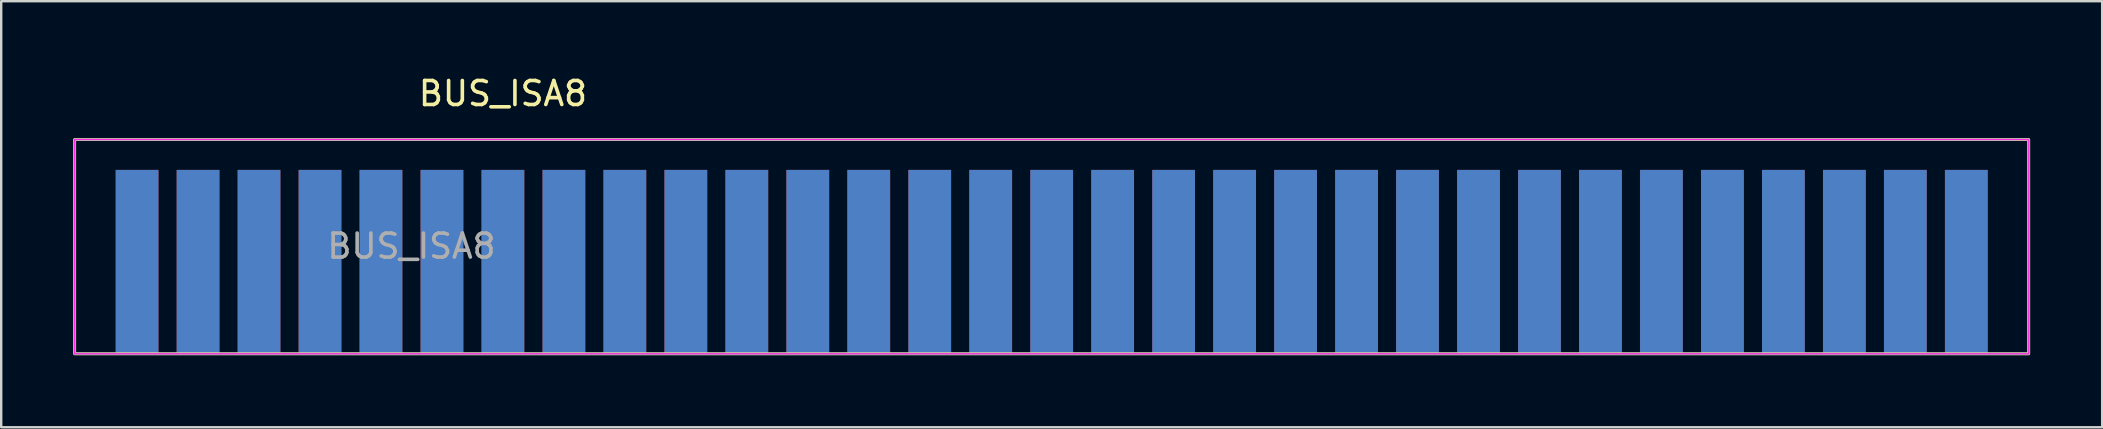
<source format=kicad_pcb>
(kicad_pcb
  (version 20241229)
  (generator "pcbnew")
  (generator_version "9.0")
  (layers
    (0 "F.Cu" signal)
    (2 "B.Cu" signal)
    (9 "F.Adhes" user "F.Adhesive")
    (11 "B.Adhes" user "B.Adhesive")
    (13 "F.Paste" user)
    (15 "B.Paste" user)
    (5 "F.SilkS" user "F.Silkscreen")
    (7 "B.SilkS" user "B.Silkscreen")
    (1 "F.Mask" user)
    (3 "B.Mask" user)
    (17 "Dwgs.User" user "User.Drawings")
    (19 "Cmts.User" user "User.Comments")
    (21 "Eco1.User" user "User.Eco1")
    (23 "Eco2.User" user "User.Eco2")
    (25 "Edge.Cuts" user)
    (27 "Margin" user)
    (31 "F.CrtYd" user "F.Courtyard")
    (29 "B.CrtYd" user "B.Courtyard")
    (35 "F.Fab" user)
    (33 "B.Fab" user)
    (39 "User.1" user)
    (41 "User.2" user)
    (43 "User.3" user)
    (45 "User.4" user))
  (footprint "BUS_ISA8"
    (layer "F.Cu")
    (at 78.86 7.838)
    (property "Reference" "BUS_ISA8" (at -60.96 -6.99 0) (layer "F.SilkS") (effects (font (size 1 1) (thickness 0.15))))
    (attr exclude_from_pos_files exclude_from_bom)
    (fp_rect (start -78.8 -5.075) (end 2.6 3.85) (stroke (width 0.12) (type solid)) (fill no) (layer "F.SilkS"))
    (fp_rect (start -78.8 -5.075) (end 2.6 3.85) (stroke (width 0.05) (type solid)) (fill no) (layer "F.CrtYd"))
    (fp_rect (start -78.8 -5.075) (end 2.6 3.85) (stroke (width 0.1) (type solid)) (fill no) (layer "F.Fab"))
    (fp_text user "${REFERENCE}" (at -64.77 -0.635 0) (layer "F.Fab") (effects (font (size 1 1) (thickness 0.15))))
    (pad "1" connect rect (at 0 0) (size 1.78 7.62) (layers "B.Cu" "B.Mask"))
    (pad "2" connect rect (at -2.54 0) (size 1.78 7.62) (layers "B.Cu" "B.Mask"))
    (pad "3" connect rect (at -5.08 0) (size 1.78 7.62) (layers "B.Cu" "B.Mask"))
    (pad "4" connect rect (at -7.62 0) (size 1.78 7.62) (layers "B.Cu" "B.Mask"))
    (pad "5" connect rect (at -10.16 0) (size 1.78 7.62) (layers "B.Cu" "B.Mask"))
    (pad "6" connect rect (at -12.7 0) (size 1.78 7.62) (layers "B.Cu" "B.Mask"))
    (pad "7" connect rect (at -15.24 0) (size 1.78 7.62) (layers "B.Cu" "B.Mask"))
    (pad "8" connect rect (at -17.78 0) (size 1.78 7.62) (layers "B.Cu" "B.Mask"))
    (pad "9" connect rect (at -20.32 0) (size 1.78 7.62) (layers "B.Cu" "B.Mask"))
    (pad "10" connect rect (at -22.86 0) (size 1.78 7.62) (layers "B.Cu" "B.Mask"))
    (pad "11" connect rect (at -25.4 0) (size 1.78 7.62) (layers "B.Cu" "B.Mask"))
    (pad "12" connect rect (at -27.94 0) (size 1.78 7.62) (layers "B.Cu" "B.Mask"))
    (pad "13" connect rect (at -30.48 0) (size 1.78 7.62) (layers "B.Cu" "B.Mask"))
    (pad "14" connect rect (at -33.02 0) (size 1.78 7.62) (layers "B.Cu" "B.Mask"))
    (pad "15" connect rect (at -35.56 0) (size 1.78 7.62) (layers "B.Cu" "B.Mask"))
    (pad "16" connect rect (at -38.1 0) (size 1.78 7.62) (layers "B.Cu" "B.Mask"))
    (pad "17" connect rect (at -40.64 0) (size 1.78 7.62) (layers "B.Cu" "B.Mask"))
    (pad "18" connect rect (at -43.18 0) (size 1.78 7.62) (layers "B.Cu" "B.Mask"))
    (pad "19" connect rect (at -45.72 0) (size 1.78 7.62) (layers "B.Cu" "B.Mask"))
    (pad "20" connect rect (at -48.26 0) (size 1.78 7.62) (layers "B.Cu" "B.Mask"))
    (pad "21" connect rect (at -50.8 0) (size 1.78 7.62) (layers "B.Cu" "B.Mask"))
    (pad "22" connect rect (at -53.34 0) (size 1.78 7.62) (layers "B.Cu" "B.Mask"))
    (pad "23" connect rect (at -55.88 0) (size 1.78 7.62) (layers "B.Cu" "B.Mask"))
    (pad "24" connect rect (at -58.42 0) (size 1.78 7.62) (layers "B.Cu" "B.Mask"))
    (pad "25" connect rect (at -60.96 0) (size 1.78 7.62) (layers "B.Cu" "B.Mask"))
    (pad "26" connect rect (at -63.5 0) (size 1.78 7.62) (layers "B.Cu" "B.Mask"))
    (pad "27" connect rect (at -66.04 0) (size 1.78 7.62) (layers "B.Cu" "B.Mask"))
    (pad "28" connect rect (at -68.58 0) (size 1.78 7.62) (layers "B.Cu" "B.Mask"))
    (pad "29" connect rect (at -71.12 0) (size 1.78 7.62) (layers "B.Cu" "B.Mask"))
    (pad "30" connect rect (at -73.66 0) (size 1.78 7.62) (layers "B.Cu" "B.Mask"))
    (pad "31" connect rect (at -76.2 0) (size 1.78 7.62) (layers "B.Cu" "B.Mask"))
    (pad "32" connect rect (at 0 0) (size 1.78 7.62) (layers "F.Cu" "F.Mask"))
    (pad "33" connect rect (at -2.54 0) (size 1.78 7.62) (layers "F.Cu" "F.Mask"))
    (pad "34" connect rect (at -5.08 0) (size 1.78 7.62) (layers "F.Cu" "F.Mask"))
    (pad "35" connect rect (at -7.62 0) (size 1.78 7.62) (layers "F.Cu" "F.Mask"))
    (pad "36" connect rect (at -10.16 0) (size 1.78 7.62) (layers "F.Cu" "F.Mask"))
    (pad "37" connect rect (at -12.7 0) (size 1.78 7.62) (layers "F.Cu" "F.Mask"))
    (pad "38" connect rect (at -15.24 0) (size 1.78 7.62) (layers "F.Cu" "F.Mask"))
    (pad "39" connect rect (at -17.78 0) (size 1.78 7.62) (layers "F.Cu" "F.Mask"))
    (pad "40" connect rect (at -20.32 0) (size 1.78 7.62) (layers "F.Cu" "F.Mask"))
    (pad "41" connect rect (at -22.86 0) (size 1.78 7.62) (layers "F.Cu" "F.Mask"))
    (pad "42" connect rect (at -25.4 0) (size 1.78 7.62) (layers "F.Cu" "F.Mask"))
    (pad "43" connect rect (at -27.94 0) (size 1.78 7.62) (layers "F.Cu" "F.Mask"))
    (pad "44" connect rect (at -30.48 0) (size 1.78 7.62) (layers "F.Cu" "F.Mask"))
    (pad "45" connect rect (at -33.02 0) (size 1.78 7.62) (layers "F.Cu" "F.Mask"))
    (pad "46" connect rect (at -35.56 0) (size 1.78 7.62) (layers "F.Cu" "F.Mask"))
    (pad "47" connect rect (at -38.1 0) (size 1.78 7.62) (layers "F.Cu" "F.Mask"))
    (pad "48" connect rect (at -40.64 0) (size 1.78 7.62) (layers "F.Cu" "F.Mask"))
    (pad "49" connect rect (at -43.18 0) (size 1.78 7.62) (layers "F.Cu" "F.Mask"))
    (pad "50" connect rect (at -45.72 0) (size 1.78 7.62) (layers "F.Cu" "F.Mask"))
    (pad "51" connect rect (at -48.26 0) (size 1.78 7.62) (layers "F.Cu" "F.Mask"))
    (pad "52" connect rect (at -50.8 0) (size 1.78 7.62) (layers "F.Cu" "F.Mask"))
    (pad "53" connect rect (at -53.34 0) (size 1.78 7.62) (layers "F.Cu" "F.Mask"))
    (pad "54" connect rect (at -55.88 0) (size 1.78 7.62) (layers "F.Cu" "F.Mask"))
    (pad "55" connect rect (at -58.42 0) (size 1.78 7.62) (layers "F.Cu" "F.Mask"))
    (pad "56" connect rect (at -60.96 0) (size 1.78 7.62) (layers "F.Cu" "F.Mask"))
    (pad "57" connect rect (at -63.5 0) (size 1.78 7.62) (layers "F.Cu" "F.Mask"))
    (pad "58" connect rect (at -66.04 0) (size 1.78 7.62) (layers "F.Cu" "F.Mask"))
    (pad "59" connect rect (at -68.58 0) (size 1.78 7.62) (layers "F.Cu" "F.Mask"))
    (pad "60" connect rect (at -71.12 0) (size 1.78 7.62) (layers "F.Cu" "F.Mask"))
    (pad "61" connect rect (at -73.66 0) (size 1.78 7.62) (layers "F.Cu" "F.Mask"))
    (pad "62" connect rect (at -76.2 0) (size 1.78 7.62) (layers "F.Cu" "F.Mask")))
  (gr_rect
    (start -3 -3)
    (end 84.52 14.748)
    (stroke (width 0.1) (type default))
    (fill no)
    (layer "Edge.Cuts")))
</source>
